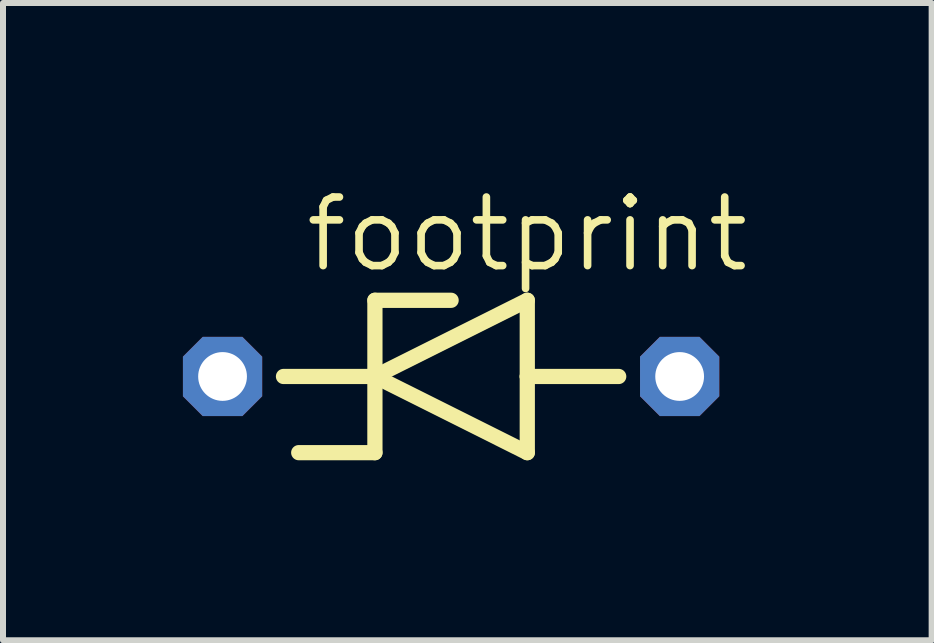
<source format=kicad_pcb>
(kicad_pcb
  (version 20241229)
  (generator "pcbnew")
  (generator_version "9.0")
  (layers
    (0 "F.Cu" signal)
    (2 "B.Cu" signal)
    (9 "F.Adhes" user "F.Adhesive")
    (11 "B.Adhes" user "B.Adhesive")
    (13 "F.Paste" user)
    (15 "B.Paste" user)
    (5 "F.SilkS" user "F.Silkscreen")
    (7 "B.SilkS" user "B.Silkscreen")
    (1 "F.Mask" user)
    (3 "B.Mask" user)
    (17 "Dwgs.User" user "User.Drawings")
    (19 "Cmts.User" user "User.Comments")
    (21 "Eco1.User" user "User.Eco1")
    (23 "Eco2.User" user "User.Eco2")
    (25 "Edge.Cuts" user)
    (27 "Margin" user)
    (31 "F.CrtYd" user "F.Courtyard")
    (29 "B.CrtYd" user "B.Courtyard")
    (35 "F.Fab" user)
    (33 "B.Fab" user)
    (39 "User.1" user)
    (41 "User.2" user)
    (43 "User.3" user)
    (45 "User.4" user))
  (footprint "footprint"
    (layer "F.Cu")
    (at 4.47 3.226)
    (property "Reference" "footprint" (at -2.489 -1.702 0) (layer "F.SilkS") (effects (font (size 1.143 1.143) (thickness 0.127)) (justify left bottom)))
    (fp_line (start -2.794 0) (end -1.27 0) (stroke (width 0.254) (type solid)) (layer "F.SilkS"))
    (fp_line (start -1.27 -1.27) (end -1.27 0) (stroke (width 0.254) (type solid)) (layer "F.SilkS"))
    (fp_line (start -1.27 0) (end -1.27 1.27) (stroke (width 0.254) (type solid)) (layer "F.SilkS"))
    (fp_line (start -1.27 0) (end 1.27 -1.27) (stroke (width 0.254) (type solid)) (layer "F.SilkS"))
    (fp_line (start -1.27 1.27) (end -2.54 1.27) (stroke (width 0.254) (type solid)) (layer "F.SilkS"))
    (fp_line (start 0 -1.27) (end -1.27 -1.27) (stroke (width 0.254) (type solid)) (layer "F.SilkS"))
    (fp_line (start 1.27 -1.27) (end 1.27 0) (stroke (width 0.254) (type solid)) (layer "F.SilkS"))
    (fp_line (start 1.27 0) (end 1.27 1.27) (stroke (width 0.254) (type solid)) (layer "F.SilkS"))
    (fp_line (start 1.27 0) (end 2.794 0) (stroke (width 0.254) (type solid)) (layer "F.SilkS"))
    (fp_line (start 1.27 1.27) (end -1.27 0) (stroke (width 0.254) (type solid)) (layer "F.SilkS"))
    (pad "A" thru_hole roundrect (at 3.81 0) (size 1.321 1.321) (drill 0.813) (layers "*.Cu" "*.Mask") (roundrect_rratio 0.25) (chamfer_ratio 0.25) (chamfer top_left top_right bottom_left bottom_right))
    (pad "C" thru_hole roundrect (at -3.81 0) (size 1.321 1.321) (drill 0.813) (layers "*.Cu" "*.Mask") (roundrect_rratio 0.25) (chamfer_ratio 0.25) (chamfer top_left top_right bottom_left bottom_right)))
  (gr_rect
    (start -3 -3)
    (end 12.481 7.623)
    (stroke (width 0.1) (type default))
    (fill no)
    (layer "Edge.Cuts")))
</source>
